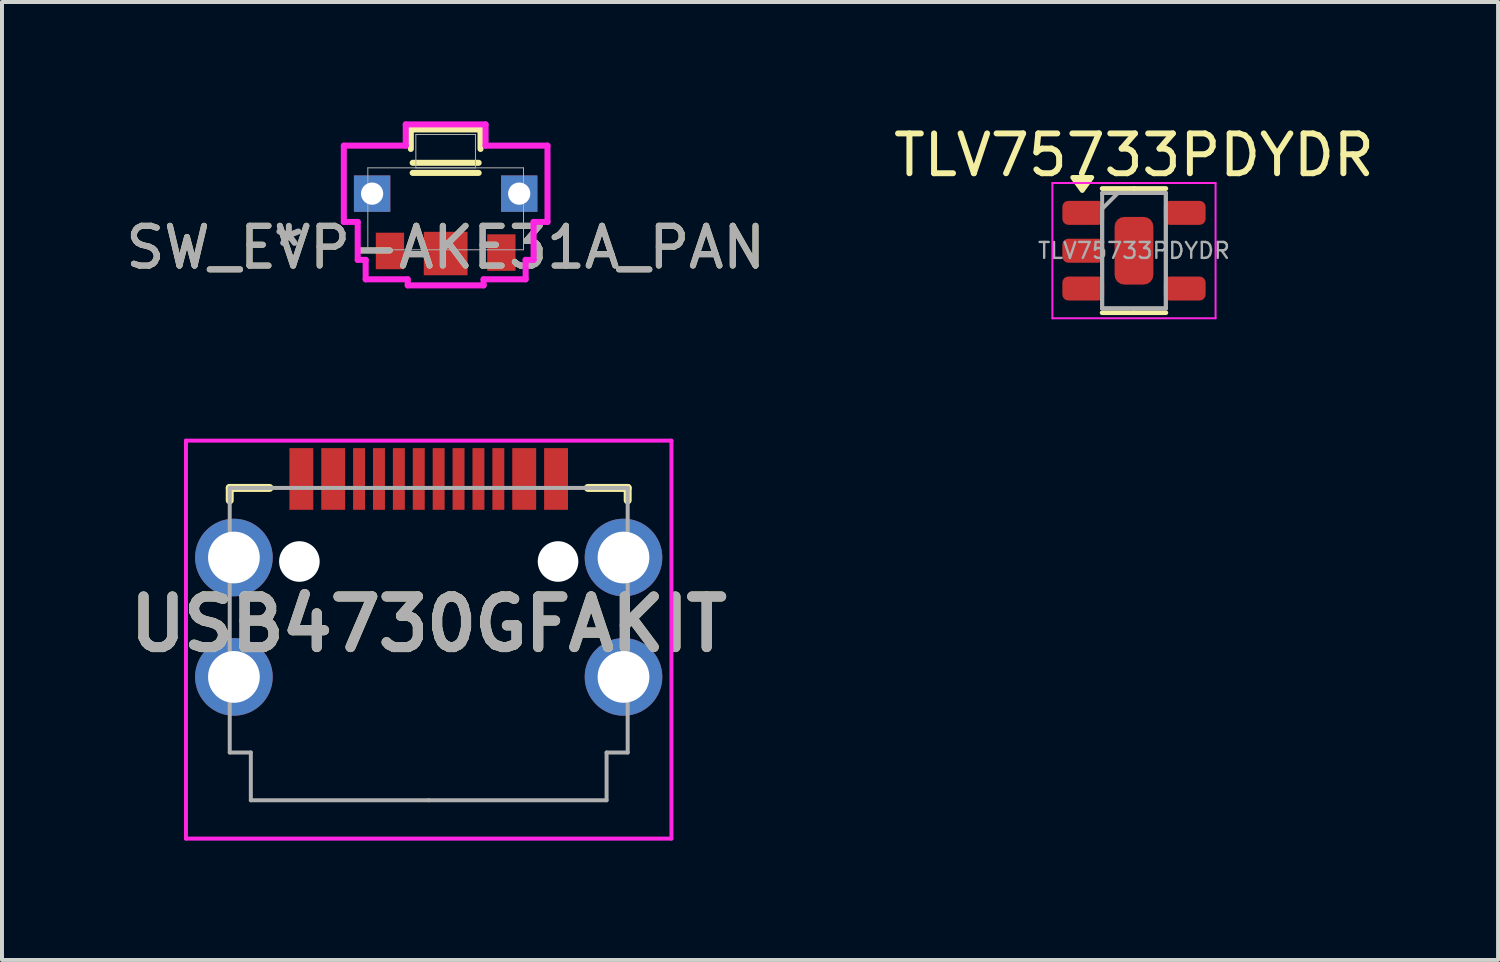
<source format=kicad_pcb>
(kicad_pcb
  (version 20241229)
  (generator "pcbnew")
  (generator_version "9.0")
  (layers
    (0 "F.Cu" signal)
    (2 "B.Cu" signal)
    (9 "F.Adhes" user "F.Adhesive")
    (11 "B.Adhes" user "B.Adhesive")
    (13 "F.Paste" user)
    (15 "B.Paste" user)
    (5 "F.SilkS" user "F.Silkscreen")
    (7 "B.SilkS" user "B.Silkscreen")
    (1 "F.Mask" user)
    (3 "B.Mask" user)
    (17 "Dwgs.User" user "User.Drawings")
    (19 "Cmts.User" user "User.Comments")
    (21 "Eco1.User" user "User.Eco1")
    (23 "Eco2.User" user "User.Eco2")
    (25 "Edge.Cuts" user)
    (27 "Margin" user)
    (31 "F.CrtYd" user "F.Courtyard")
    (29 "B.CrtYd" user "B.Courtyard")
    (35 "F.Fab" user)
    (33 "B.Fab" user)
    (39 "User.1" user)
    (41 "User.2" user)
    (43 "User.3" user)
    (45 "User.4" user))
  (footprint "SW_EVP-AKE31A_PAN"
    (layer "F.Cu")
    (at 8.149 2.197)
    (property "Reference" "SW_EVP-AKE31A_PAN" (at 0 0.972 0) (unlocked yes) (layer "F.SilkS") (effects (font (size 1 1) (thickness 0.15))))
    (attr smd)
    (fp_line (start -0.876 -1.994) (end -0.876 -1.504) (stroke (width 0.152) (type solid)) (layer "F.SilkS"))
    (fp_line (start -0.829 -0.902) (end 0.829 -0.902) (stroke (width 0.152) (type solid)) (layer "F.SilkS"))
    (fp_line (start 0.829 -1.156) (end -0.829 -1.156) (stroke (width 0.152) (type solid)) (layer "F.SilkS"))
    (fp_line (start 0.876 -1.994) (end -0.876 -1.994) (stroke (width 0.152) (type solid)) (layer "F.SilkS"))
    (fp_line (start 0.876 -1.504) (end 0.876 -1.994) (stroke (width 0.152) (type solid)) (layer "F.SilkS"))
    (fp_line (start -2.559 -1.587) (end -2.559 0.33) (stroke (width 0.152) (type solid)) (layer "F.CrtYd"))
    (fp_line (start -2.559 0.33) (end -2.21 0.33) (stroke (width 0.152) (type solid)) (layer "F.CrtYd"))
    (fp_line (start -2.21 0.33) (end -2.21 1.283) (stroke (width 0.152) (type solid)) (layer "F.CrtYd"))
    (fp_line (start -2.21 1.283) (end -2.01 1.283) (stroke (width 0.152) (type solid)) (layer "F.CrtYd"))
    (fp_line (start -2.01 1.283) (end -2.01 1.772) (stroke (width 0.152) (type solid)) (layer "F.CrtYd"))
    (fp_line (start -2.01 1.772) (end -0.953 1.772) (stroke (width 0.152) (type solid)) (layer "F.CrtYd"))
    (fp_line (start -1.003 -2.121) (end -1.003 -1.587) (stroke (width 0.152) (type solid)) (layer "F.CrtYd"))
    (fp_line (start -1.003 -1.587) (end -2.559 -1.587) (stroke (width 0.152) (type solid)) (layer "F.CrtYd"))
    (fp_line (start -0.953 1.772) (end -0.953 1.924) (stroke (width 0.152) (type solid)) (layer "F.CrtYd"))
    (fp_line (start -0.953 1.924) (end 0.953 1.924) (stroke (width 0.152) (type solid)) (layer "F.CrtYd"))
    (fp_line (start 0.953 1.772) (end 2.01 1.772) (stroke (width 0.152) (type solid)) (layer "F.CrtYd"))
    (fp_line (start 0.953 1.924) (end 0.953 1.772) (stroke (width 0.152) (type solid)) (layer "F.CrtYd"))
    (fp_line (start 1.003 -2.121) (end -1.003 -2.121) (stroke (width 0.152) (type solid)) (layer "F.CrtYd"))
    (fp_line (start 1.003 -1.587) (end 1.003 -2.121) (stroke (width 0.152) (type solid)) (layer "F.CrtYd"))
    (fp_line (start 2.01 1.283) (end 2.21 1.283) (stroke (width 0.152) (type solid)) (layer "F.CrtYd"))
    (fp_line (start 2.01 1.772) (end 2.01 1.283) (stroke (width 0.152) (type solid)) (layer "F.CrtYd"))
    (fp_line (start 2.21 0.33) (end 2.559 0.33) (stroke (width 0.152) (type solid)) (layer "F.CrtYd"))
    (fp_line (start 2.21 1.283) (end 2.21 0.33) (stroke (width 0.152) (type solid)) (layer "F.CrtYd"))
    (fp_line (start 2.559 -1.587) (end 1.003 -1.587) (stroke (width 0.152) (type solid)) (layer "F.CrtYd"))
    (fp_line (start 2.559 0.33) (end 2.559 -1.587) (stroke (width 0.152) (type solid)) (layer "F.CrtYd"))
    (fp_line (start -1.956 -1.029) (end -1.956 1.029) (stroke (width 0.025) (type solid)) (layer "F.Fab"))
    (fp_line (start -1.956 1.029) (end 1.956 1.029) (stroke (width 0.025) (type solid)) (layer "F.Fab"))
    (fp_line (start -0.749 -1.867) (end -0.749 -1.029) (stroke (width 0.025) (type solid)) (layer "F.Fab"))
    (fp_line (start -0.749 -1.029) (end 0.749 -1.029) (stroke (width 0.025) (type solid)) (layer "F.Fab"))
    (fp_line (start 0.749 -1.867) (end -0.749 -1.867) (stroke (width 0.025) (type solid)) (layer "F.Fab"))
    (fp_line (start 0.749 -1.029) (end 0.749 -1.867) (stroke (width 0.025) (type solid)) (layer "F.Fab"))
    (fp_line (start 1.956 -1.029) (end -1.956 -1.029) (stroke (width 0.025) (type solid)) (layer "F.Fab"))
    (fp_line (start 1.956 1.029) (end 1.956 -1.029) (stroke (width 0.025) (type solid)) (layer "F.Fab"))
    (fp_text user "*" (at -3.94 0.972 0) (unlocked yes) (layer "F.Fab") (effects (font (size 1 1) (thickness 0.15))))
    (fp_text user "${REFERENCE}" (at 0 0.972 0) (unlocked yes) (layer "F.Fab") (effects (font (size 1 1) (thickness 0.15))))
    (pad "1" smd rect (at -1.4 1.059) (size 0.711 0.918) (layers "F.Cu" "F.Mask" "F.Paste"))
    (pad "2" smd rect (at 1.4 1.1) (size 0.711 0.918) (layers "F.Cu" "F.Mask" "F.Paste"))
    (pad "3" thru_hole rect (at -1.848 -0.381) (size 0.914 0.914) (drill 0.559) (layers "*.Cu" "*.Mask"))
    (pad "4" thru_hole rect (at 1.848 -0.381) (size 0.914 0.914) (drill 0.559) (layers "*.Cu" "*.Mask"))
    (pad "5" smd rect (at 0 1.124) (size 1.1 1.092) (layers "F.Cu" "F.Mask" "F.Paste")))
  (footprint "TLV75733PDYDR"
    (layer "F.Cu")
    (at 25.446 3.248)
    (property "Reference" "TLV75733PDYDR" (at 0 -2.4 0) (layer "F.SilkS") (effects (font (size 1 1) (thickness 0.15))))
    (attr smd)
    (fp_line (start 0 -1.56) (end -0.8 -1.56) (stroke (width 0.12) (type solid)) (layer "F.SilkS"))
    (fp_line (start 0 -1.56) (end 0.8 -1.56) (stroke (width 0.12) (type solid)) (layer "F.SilkS"))
    (fp_line (start 0 1.56) (end -0.8 1.56) (stroke (width 0.12) (type solid)) (layer "F.SilkS"))
    (fp_line (start 0 1.56) (end 0.8 1.56) (stroke (width 0.12) (type solid)) (layer "F.SilkS"))
    (fp_poly (pts (xy -1.3 -1.51) (xy -1.54 -1.84) (xy -1.06 -1.84) (xy -1.3 -1.51)) (stroke (width 0.12) (type solid)) (fill yes) (layer "F.SilkS"))
    (fp_line (start -2.05 -1.7) (end -2.05 1.7) (stroke (width 0.05) (type solid)) (layer "F.CrtYd"))
    (fp_line (start -2.05 1.7) (end 2.05 1.7) (stroke (width 0.05) (type solid)) (layer "F.CrtYd"))
    (fp_line (start 2.05 -1.7) (end -2.05 -1.7) (stroke (width 0.05) (type solid)) (layer "F.CrtYd"))
    (fp_line (start 2.05 1.7) (end 2.05 -1.7) (stroke (width 0.05) (type solid)) (layer "F.CrtYd"))
    (fp_line (start -0.8 -1.447) (end 0.8 -1.447) (stroke (width 0.1) (type solid)) (layer "F.Fab"))
    (fp_line (start -0.8 -1.05) (end -0.4 -1.45) (stroke (width 0.1) (type solid)) (layer "F.Fab"))
    (fp_line (start -0.8 1.45) (end -0.8 -1.05) (stroke (width 0.1) (type solid)) (layer "F.Fab"))
    (fp_line (start -0.8 1.453) (end -0.8 -1.447) (stroke (width 0.1) (type solid)) (layer "F.Fab"))
    (fp_line (start -0.4 -1.45) (end 0.8 -1.45) (stroke (width 0.1) (type solid)) (layer "F.Fab"))
    (fp_line (start 0.8 -1.45) (end 0.8 1.45) (stroke (width 0.1) (type solid)) (layer "F.Fab"))
    (fp_line (start 0.8 -1.447) (end 0.8 1.453) (stroke (width 0.1) (type solid)) (layer "F.Fab"))
    (fp_line (start 0.8 1.45) (end -0.8 1.45) (stroke (width 0.1) (type solid)) (layer "F.Fab"))
    (fp_line (start 0.8 1.453) (end -0.8 1.453) (stroke (width 0.1) (type solid)) (layer "F.Fab"))
    (fp_text user "${REFERENCE}" (at 0 0 0) (layer "F.Fab") (effects (font (size 0.4 0.4) (thickness 0.06))))
    (pad "1" smd roundrect (at -1.275 -0.949) (size 1.05 0.603) (layers "F.Cu" "F.Mask" "F.Paste") (roundrect_rratio 0.25))
    (pad "2" smd roundrect (at -1.275 0.002) (size 1.05 0.603) (layers "F.Cu" "F.Mask" "F.Paste") (roundrect_rratio 0.25))
    (pad "2" smd roundrect (at 0 0.003) (size 0.975 1.7) (layers "F.Cu" "F.Mask" "F.Paste") (roundrect_rratio 0.25))
    (pad "3" smd roundrect (at -1.275 0.952) (size 1.05 0.603) (layers "F.Cu" "F.Mask" "F.Paste") (roundrect_rratio 0.25))
    (pad "4" smd roundrect (at 1.275 0.952) (size 1.05 0.603) (layers "F.Cu" "F.Mask" "F.Paste") (roundrect_rratio 0.25))
    (pad "5" smd roundrect (at 1.275 -0.949) (size 1.05 0.603) (layers "F.Cu" "F.Mask" "F.Paste") (roundrect_rratio 0.25)))
  (footprint "USB4730GFAKIT"
    (layer "F.Cu")
    (at 7.723 13.023)
    (property "Reference" "USB4730GFAKIT" (at 0 -0.388 180) (layer "F.SilkS") (effects (font (size 1.27 1.27) (thickness 0.254))))
    (attr through_hole)
    (fp_line (start -5 -3.812) (end -5 -3.5) (stroke (width 0.2) (type solid)) (layer "F.SilkS"))
    (fp_line (start -4 -3.812) (end -5 -3.812) (stroke (width 0.2) (type solid)) (layer "F.SilkS"))
    (fp_line (start 4 -3.812) (end 5 -3.812) (stroke (width 0.2) (type solid)) (layer "F.SilkS"))
    (fp_line (start 5 -3.812) (end 5 -3.5) (stroke (width 0.2) (type solid)) (layer "F.SilkS"))
    (fp_line (start -6.1 -5) (end 6.1 -5) (stroke (width 0.1) (type solid)) (layer "F.CrtYd"))
    (fp_line (start -6.1 5) (end -6.1 -5) (stroke (width 0.1) (type solid)) (layer "F.CrtYd"))
    (fp_line (start 6.1 -5) (end 6.1 5) (stroke (width 0.1) (type solid)) (layer "F.CrtYd"))
    (fp_line (start 6.1 5) (end -6.1 5) (stroke (width 0.1) (type solid)) (layer "F.CrtYd"))
    (fp_line (start -5 -3.812) (end -5 2.837) (stroke (width 0.1) (type solid)) (layer "F.Fab"))
    (fp_line (start -5 2.837) (end -4.47 2.837) (stroke (width 0.1) (type solid)) (layer "F.Fab"))
    (fp_line (start -4.47 2.837) (end -4.47 4.037) (stroke (width 0.1) (type solid)) (layer "F.Fab"))
    (fp_line (start -4.47 4.037) (end 0 4.037) (stroke (width 0.1) (type solid)) (layer "F.Fab"))
    (fp_line (start 0 4.037) (end 4.47 4.037) (stroke (width 0.1) (type solid)) (layer "F.Fab"))
    (fp_line (start 4.47 2.837) (end 5 2.837) (stroke (width 0.1) (type solid)) (layer "F.Fab"))
    (fp_line (start 4.47 4.037) (end 4.47 2.837) (stroke (width 0.1) (type solid)) (layer "F.Fab"))
    (fp_line (start 5 -3.812) (end -5 -3.812) (stroke (width 0.1) (type solid)) (layer "F.Fab"))
    (fp_line (start 5 2.837) (end 5 -3.812) (stroke (width 0.1) (type solid)) (layer "F.Fab"))
    (fp_text user "${REFERENCE}" (at 0 -0.388 180) (layer "F.Fab") (effects (font (size 1.27 1.27) (thickness 0.254))))
    (pad "" np_thru_hole circle (at -3.25 -1.963) (size 1.02 1.02) (drill 1.02) (layers "*.Cu" "*.Mask"))
    (pad "" np_thru_hole circle (at 3.25 -1.963) (size 1.02 1.02) (drill 1.02) (layers "*.Cu" "*.Mask"))
    (pad "A1" smd rect (at -3.2 -4.037) (size 0.6 1.55) (layers "F.Cu" "F.Mask" "F.Paste"))
    (pad "A4" smd rect (at -2.4 -4.037) (size 0.6 1.55) (layers "F.Cu" "F.Mask" "F.Paste"))
    (pad "A5" smd rect (at -1.25 -4.037) (size 0.3 1.55) (layers "F.Cu" "F.Mask" "F.Paste"))
    (pad "A6" smd rect (at -0.25 -4.037) (size 0.3 1.55) (layers "F.Cu" "F.Mask" "F.Paste"))
    (pad "A7" smd rect (at 0.25 -4.037) (size 0.3 1.55) (layers "F.Cu" "F.Mask" "F.Paste"))
    (pad "A8" smd rect (at 1.25 -4.037) (size 0.3 1.55) (layers "F.Cu" "F.Mask" "F.Paste"))
    (pad "A9" smd rect (at 2.4 -4.037) (size 0.6 1.55) (layers "F.Cu" "F.Mask" "F.Paste"))
    (pad "A12" smd rect (at 3.2 -4.037) (size 0.6 1.55) (layers "F.Cu" "F.Mask" "F.Paste"))
    (pad "B5" smd rect (at 1.75 -4.037) (size 0.3 1.55) (layers "F.Cu" "F.Mask" "F.Paste"))
    (pad "B6" smd rect (at 0.75 -4.037) (size 0.3 1.55) (layers "F.Cu" "F.Mask" "F.Paste"))
    (pad "B7" smd rect (at -0.75 -4.037) (size 0.3 1.55) (layers "F.Cu" "F.Mask" "F.Paste"))
    (pad "B8" smd rect (at -1.75 -4.037) (size 0.3 1.55) (layers "F.Cu" "F.Mask" "F.Paste"))
    (pad "MH1" thru_hole circle (at -4.895 -2.063) (size 1.95 1.95) (drill 1.3) (layers "*.Cu" "*.Mask"))
    (pad "MH2" thru_hole circle (at -4.895 0.937) (size 1.95 1.95) (drill 1.3) (layers "*.Cu" "*.Mask"))
    (pad "MH3" thru_hole circle (at 4.895 0.937) (size 1.95 1.95) (drill 1.3) (layers "*.Cu" "*.Mask"))
    (pad "MH4" thru_hole circle (at 4.895 -2.063) (size 1.95 1.95) (drill 1.3) (layers "*.Cu" "*.Mask")))
  (gr_rect
    (start -3 -3)
    (end 34.595 21.073)
    (stroke (width 0.1) (type default))
    (fill no)
    (layer "Edge.Cuts")))
</source>
